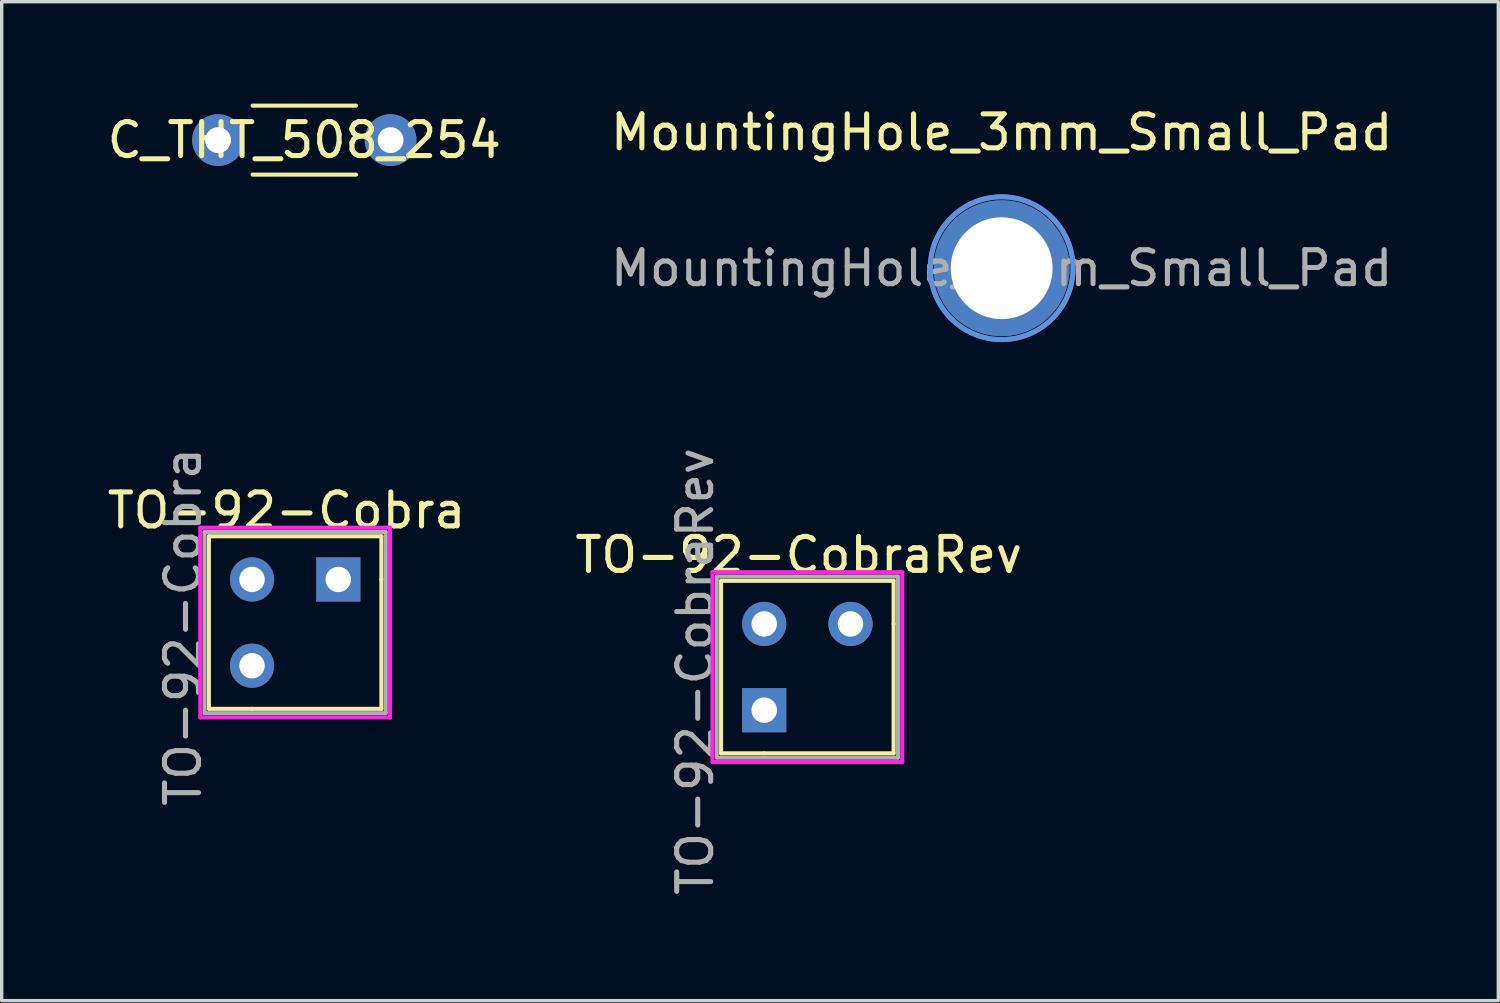
<source format=kicad_pcb>
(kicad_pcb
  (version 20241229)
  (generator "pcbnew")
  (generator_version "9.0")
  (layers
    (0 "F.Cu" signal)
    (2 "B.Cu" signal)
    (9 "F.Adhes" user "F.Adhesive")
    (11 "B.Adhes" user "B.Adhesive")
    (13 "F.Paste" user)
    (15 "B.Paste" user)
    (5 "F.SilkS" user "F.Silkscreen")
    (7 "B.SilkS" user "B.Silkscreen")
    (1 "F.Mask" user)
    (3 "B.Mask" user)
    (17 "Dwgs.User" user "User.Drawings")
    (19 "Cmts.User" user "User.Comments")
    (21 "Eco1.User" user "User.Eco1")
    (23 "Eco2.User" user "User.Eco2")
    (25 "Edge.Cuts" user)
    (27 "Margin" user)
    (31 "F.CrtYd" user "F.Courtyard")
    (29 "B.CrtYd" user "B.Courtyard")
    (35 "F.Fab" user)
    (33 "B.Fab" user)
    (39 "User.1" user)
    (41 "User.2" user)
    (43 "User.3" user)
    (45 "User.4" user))
  (footprint "TO-92-Cobra"
    (layer "F.Cu")
    (at 6.911 14.013)
    (property "Reference" "TO-92-Cobra" (at -1.524 -2.032 0) (layer "F.SilkS") (effects (font (size 1 1) (thickness 0.15))))
    (attr through_hole)
    (fp_line (start -3.81 -1.27) (end 1.27 -1.27) (stroke (width 0.12) (type solid)) (layer "F.SilkS"))
    (fp_line (start -3.81 3.81) (end -3.81 -1.27) (stroke (width 0.12) (type solid)) (layer "F.SilkS"))
    (fp_line (start -2.54 3.81) (end -3.81 3.81) (stroke (width 0.12) (type solid)) (layer "F.SilkS"))
    (fp_line (start -2.54 3.81) (end 1.27 3.81) (stroke (width 0.12) (type solid)) (layer "F.SilkS"))
    (fp_line (start 1.27 -1.27) (end 1.27 0) (stroke (width 0.12) (type solid)) (layer "F.SilkS"))
    (fp_line (start 1.27 3.81) (end 1.27 0) (stroke (width 0.12) (type solid)) (layer "F.SilkS"))
    (fp_line (start -4.064 -1.524) (end 1.524 -1.524) (stroke (width 0.12) (type solid)) (layer "F.CrtYd"))
    (fp_line (start -4.064 4.064) (end -4.064 -1.524) (stroke (width 0.12) (type solid)) (layer "F.CrtYd"))
    (fp_line (start 1.524 -1.524) (end 1.524 4.064) (stroke (width 0.12) (type solid)) (layer "F.CrtYd"))
    (fp_line (start 1.524 4.064) (end -4.064 4.064) (stroke (width 0.12) (type solid)) (layer "F.CrtYd"))
    (fp_line (start -3.937 -1.397) (end 1.397 -1.397) (stroke (width 0.12) (type solid)) (layer "F.Fab"))
    (fp_line (start -3.937 3.937) (end -3.937 -1.397) (stroke (width 0.12) (type solid)) (layer "F.Fab"))
    (fp_line (start 1.397 -1.397) (end 1.397 3.937) (stroke (width 0.12) (type solid)) (layer "F.Fab"))
    (fp_line (start 1.397 3.937) (end -3.937 3.937) (stroke (width 0.12) (type solid)) (layer "F.Fab"))
    (fp_text user "${REFERENCE}" (at -4.572 1.397 90) (layer "F.Fab") (effects (font (size 1 1) (thickness 0.15))))
    (pad "1" thru_hole rect (at 0 0) (size 1.3 1.3) (drill 0.75) (layers "*.Cu" "*.Mask"))
    (pad "2" thru_hole circle (at -2.54 0) (size 1.3 1.3) (drill 0.75) (layers "*.Cu" "*.Mask"))
    (pad "3" thru_hole circle (at -2.54 2.54) (size 1.3 1.3) (drill 0.75) (layers "*.Cu" "*.Mask")))
  (footprint "TO-92-CobraRev"
    (layer "F.Cu")
    (at 21.994 15.323)
    (property "Reference" "TO-92-CobraRev" (at -1.524 -2.032 0) (layer "F.SilkS") (effects (font (size 1 1) (thickness 0.15))))
    (attr through_hole)
    (fp_line (start -3.81 -1.27) (end 1.27 -1.27) (stroke (width 0.12) (type solid)) (layer "F.SilkS"))
    (fp_line (start -3.81 3.81) (end -3.81 -1.27) (stroke (width 0.12) (type solid)) (layer "F.SilkS"))
    (fp_line (start -2.54 3.81) (end -3.81 3.81) (stroke (width 0.12) (type solid)) (layer "F.SilkS"))
    (fp_line (start -2.54 3.81) (end 1.27 3.81) (stroke (width 0.12) (type solid)) (layer "F.SilkS"))
    (fp_line (start 1.27 -1.27) (end 1.27 0) (stroke (width 0.12) (type solid)) (layer "F.SilkS"))
    (fp_line (start 1.27 3.81) (end 1.27 0) (stroke (width 0.12) (type solid)) (layer "F.SilkS"))
    (fp_line (start -4.064 -1.524) (end 1.524 -1.524) (stroke (width 0.12) (type solid)) (layer "F.CrtYd"))
    (fp_line (start -4.064 4.064) (end -4.064 -1.524) (stroke (width 0.12) (type solid)) (layer "F.CrtYd"))
    (fp_line (start 1.524 -1.524) (end 1.524 4.064) (stroke (width 0.12) (type solid)) (layer "F.CrtYd"))
    (fp_line (start 1.524 4.064) (end -4.064 4.064) (stroke (width 0.12) (type solid)) (layer "F.CrtYd"))
    (fp_line (start -3.937 -1.397) (end 1.397 -1.397) (stroke (width 0.12) (type solid)) (layer "F.Fab"))
    (fp_line (start -3.937 3.937) (end -3.937 -1.397) (stroke (width 0.12) (type solid)) (layer "F.Fab"))
    (fp_line (start 1.397 -1.397) (end 1.397 3.937) (stroke (width 0.12) (type solid)) (layer "F.Fab"))
    (fp_line (start 1.397 3.937) (end -3.937 3.937) (stroke (width 0.12) (type solid)) (layer "F.Fab"))
    (fp_text user "${REFERENCE}" (at -4.572 1.397 90) (layer "F.Fab") (effects (font (size 1 1) (thickness 0.15))))
    (pad "1" thru_hole rect (at -2.54 2.54) (size 1.3 1.3) (drill 0.75) (layers "*.Cu" "*.Mask"))
    (pad "2" thru_hole circle (at -2.54 0) (size 1.3 1.3) (drill 0.75) (layers "*.Cu" "*.Mask"))
    (pad "3" thru_hole circle (at 0 0) (size 1.3 1.3) (drill 0.75) (layers "*.Cu" "*.Mask")))
  (footprint "C_THT_508_254"
    (layer "F.Cu")
    (at 3.371 1.076)
    (property "Reference" "C_THT_508_254" (at 2.54 0 0) (layer "F.SilkS") (effects (font (size 1 1) (thickness 0.15))))
    (attr through_hole)
    (fp_line (start 1.016 -1.016) (end 4.064 -1.016) (stroke (width 0.12) (type solid)) (layer "F.SilkS"))
    (fp_line (start 1.016 1.016) (end 4.064 1.016) (stroke (width 0.12) (type solid)) (layer "F.SilkS"))
    (pad "1" thru_hole circle (at 0 0) (size 1.524 1.524) (drill 0.762) (layers "*.Cu" "*.Mask"))
    (pad "2" thru_hole circle (at 5.08 0) (size 1.524 1.524) (drill 0.762) (layers "*.Cu" "*.Mask")))
  (footprint "MountingHole_3mm_Small_Pad"
    (layer "F.Cu")
    (at 26.446 4.848)
    (property "Reference" "MountingHole_3mm_Small_Pad" (at 0 -4 0) (layer "F.SilkS") (effects (font (size 1 1) (thickness 0.15))))
    (attr exclude_from_pos_files exclude_from_bom)
    (fp_circle (center 0 0) (end 2.1 0) (stroke (width 0.15) (type solid)) (fill no) (layer "Cmts.User"))
    (fp_circle (center 0 0) (end 2.15 0) (stroke (width 0.05) (type solid)) (fill no) (layer "F.CrtYd"))
    (fp_text user "${REFERENCE}" (at 0 0 0) (layer "F.Fab") (effects (font (size 1 1) (thickness 0.15))))
    (pad "1" thru_hole circle (at 0 0) (size 4 4) (drill 3) (layers "*.Cu" "*.Mask")))
  (gr_rect
    (start -3 -3)
    (end 41.071 26.416)
    (stroke (width 0.1) (type default))
    (fill no)
    (layer "Edge.Cuts")))
</source>
